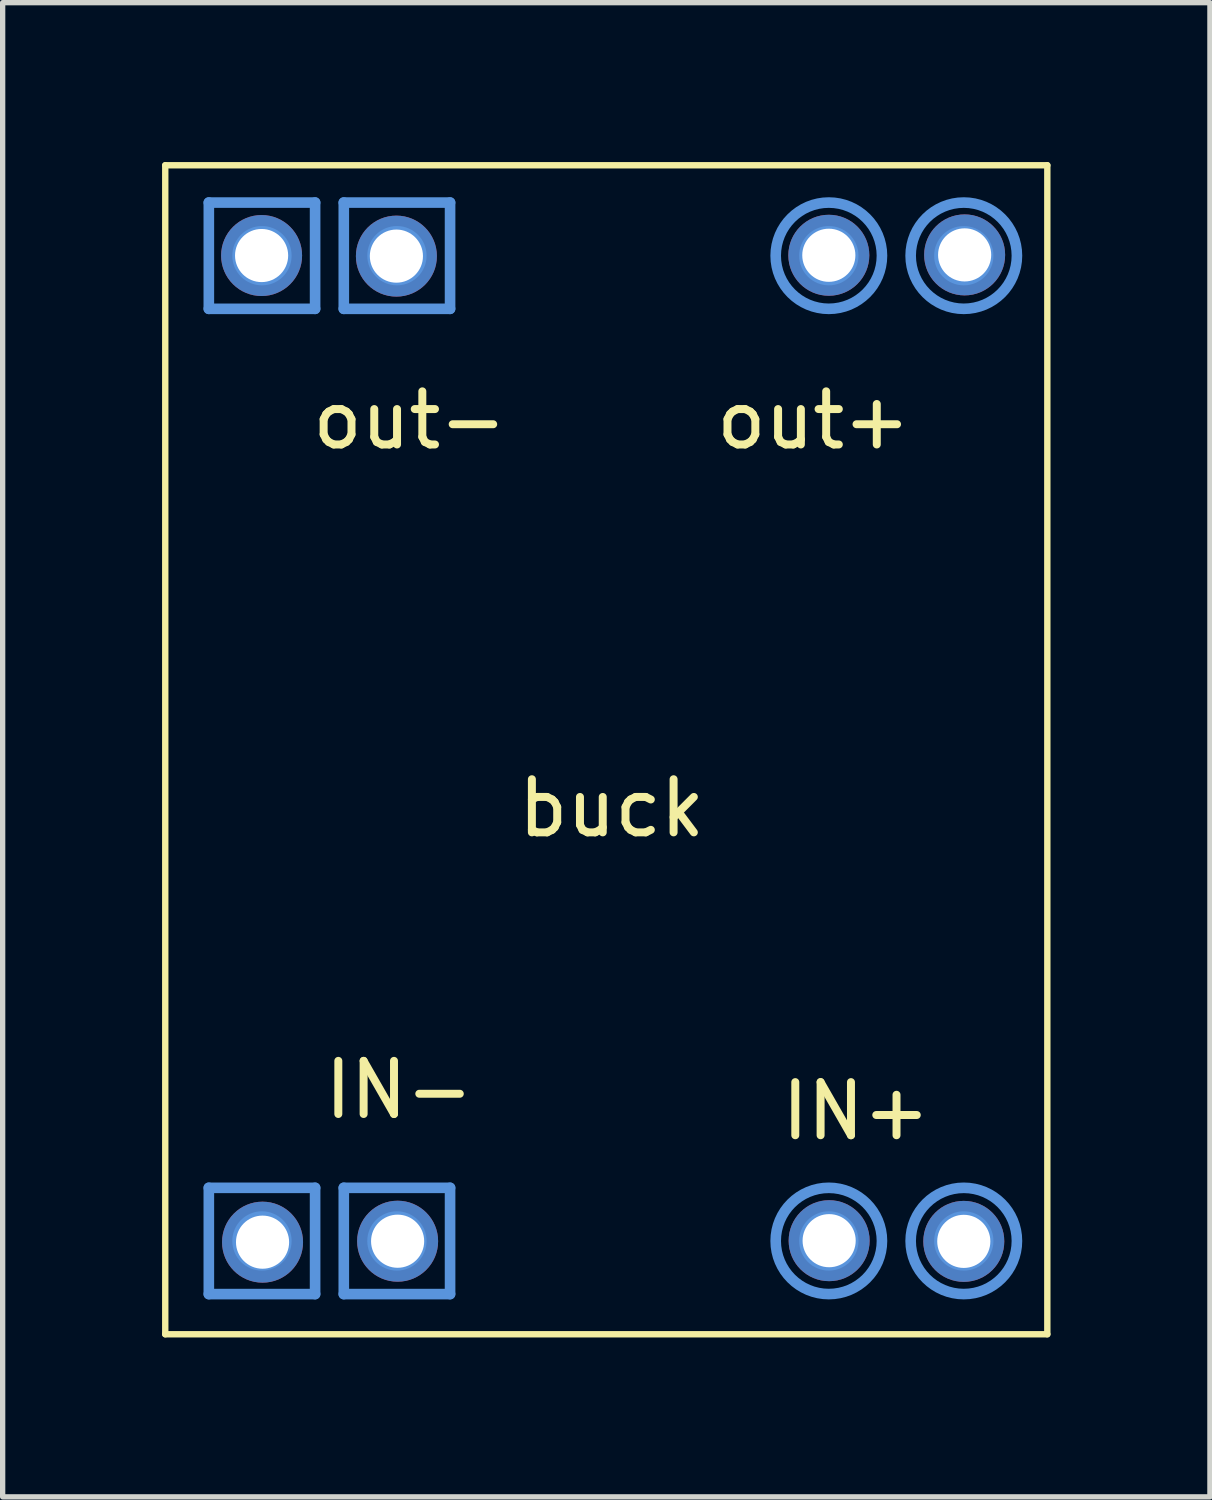
<source format=kicad_pcb>
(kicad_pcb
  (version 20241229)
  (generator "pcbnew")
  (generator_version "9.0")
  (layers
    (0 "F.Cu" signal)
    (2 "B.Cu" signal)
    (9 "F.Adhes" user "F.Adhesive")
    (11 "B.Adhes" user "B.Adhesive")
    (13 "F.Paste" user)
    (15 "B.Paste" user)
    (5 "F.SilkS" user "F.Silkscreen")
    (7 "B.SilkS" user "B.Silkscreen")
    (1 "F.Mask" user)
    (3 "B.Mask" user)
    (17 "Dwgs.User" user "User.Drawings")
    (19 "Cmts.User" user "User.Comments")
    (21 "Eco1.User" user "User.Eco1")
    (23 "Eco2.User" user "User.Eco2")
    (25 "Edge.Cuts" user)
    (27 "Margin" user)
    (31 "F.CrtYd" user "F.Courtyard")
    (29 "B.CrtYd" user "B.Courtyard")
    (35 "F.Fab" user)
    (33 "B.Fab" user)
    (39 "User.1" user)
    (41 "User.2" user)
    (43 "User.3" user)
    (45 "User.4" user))
  (footprint "buck"
    (layer "F.Cu")
    (at 9.06 12.46)
    (property "Reference" "buck" (at -0.6 -0.3 0) (layer "F.SilkS") (effects (font (size 1 1) (thickness 0.15))))
    (attr through_hole)
    (fp_line (start -9 -12.4) (end -9 9.6) (stroke (width 0.12) (type solid)) (layer "F.SilkS"))
    (fp_line (start -9 9.6) (end 7.6 9.6) (stroke (width 0.12) (type solid)) (layer "F.SilkS"))
    (fp_line (start 7.6 -12.4) (end -9 -12.4) (stroke (width 0.12) (type solid)) (layer "F.SilkS"))
    (fp_line (start 7.6 9.6) (end 7.6 -12.4) (stroke (width 0.12) (type solid)) (layer "F.SilkS"))
    (fp_line (start -8.18 -11.698) (end -6.18 -11.698) (stroke (width 0.2) (type solid)) (layer "Cmts.User"))
    (fp_line (start -8.18 -9.698) (end -8.18 -11.698) (stroke (width 0.2) (type solid)) (layer "Cmts.User"))
    (fp_line (start -8.18 6.844) (end -6.18 6.844) (stroke (width 0.2) (type solid)) (layer "Cmts.User"))
    (fp_line (start -8.18 8.844) (end -8.18 6.844) (stroke (width 0.2) (type solid)) (layer "Cmts.User"))
    (fp_line (start -6.18 -11.698) (end -6.18 -9.698) (stroke (width 0.2) (type solid)) (layer "Cmts.User"))
    (fp_line (start -6.18 -9.698) (end -8.18 -9.698) (stroke (width 0.2) (type solid)) (layer "Cmts.User"))
    (fp_line (start -6.18 6.844) (end -6.18 8.844) (stroke (width 0.2) (type solid)) (layer "Cmts.User"))
    (fp_line (start -6.18 8.844) (end -8.18 8.844) (stroke (width 0.2) (type solid)) (layer "Cmts.User"))
    (fp_line (start -5.64 -11.698) (end -3.64 -11.698) (stroke (width 0.2) (type solid)) (layer "Cmts.User"))
    (fp_line (start -5.64 -9.698) (end -5.64 -11.698) (stroke (width 0.2) (type solid)) (layer "Cmts.User"))
    (fp_line (start -5.64 6.844) (end -3.64 6.844) (stroke (width 0.2) (type solid)) (layer "Cmts.User"))
    (fp_line (start -5.64 8.844) (end -5.64 6.844) (stroke (width 0.2) (type solid)) (layer "Cmts.User"))
    (fp_line (start -3.64 -11.698) (end -3.64 -9.698) (stroke (width 0.2) (type solid)) (layer "Cmts.User"))
    (fp_line (start -3.64 -9.698) (end -5.64 -9.698) (stroke (width 0.2) (type solid)) (layer "Cmts.User"))
    (fp_line (start -3.64 6.844) (end -3.64 8.844) (stroke (width 0.2) (type solid)) (layer "Cmts.User"))
    (fp_line (start -3.64 8.844) (end -5.64 8.844) (stroke (width 0.2) (type solid)) (layer "Cmts.User"))
    (fp_circle (center -7.18 -10.698) (end -6.722 -10.698) (stroke (width 0.2) (type solid)) (fill no) (layer "Cmts.User"))
    (fp_circle (center -7.18 7.844) (end -6.722 7.844) (stroke (width 0.2) (type solid)) (fill no) (layer "Cmts.User"))
    (fp_circle (center -4.64 -10.698) (end -4.182 -10.698) (stroke (width 0.2) (type solid)) (fill no) (layer "Cmts.User"))
    (fp_circle (center -4.64 7.844) (end -4.182 7.844) (stroke (width 0.2) (type solid)) (fill no) (layer "Cmts.User"))
    (fp_circle (center 3.488 -10.698) (end 3.946 -10.698) (stroke (width 0.2) (type solid)) (fill no) (layer "Cmts.User"))
    (fp_circle (center 3.488 7.844) (end 3.946 7.844) (stroke (width 0.2) (type solid)) (fill no) (layer "Cmts.User"))
    (fp_circle (center 3.488 -10.698) (end 4.488 -10.698) (stroke (width 0.2) (type solid)) (fill no) (layer "Cmts.User"))
    (fp_circle (center 3.488 7.844) (end 4.488 7.844) (stroke (width 0.2) (type solid)) (fill no) (layer "Cmts.User"))
    (fp_circle (center 6.028 -10.698) (end 6.486 -10.698) (stroke (width 0.2) (type solid)) (fill no) (layer "Cmts.User"))
    (fp_circle (center 6.028 7.844) (end 6.486 7.844) (stroke (width 0.2) (type solid)) (fill no) (layer "Cmts.User"))
    (fp_circle (center 6.028 -10.698) (end 7.028 -10.698) (stroke (width 0.2) (type solid)) (fill no) (layer "Cmts.User"))
    (fp_circle (center 6.028 7.844) (end 7.028 7.844) (stroke (width 0.2) (type solid)) (fill no) (layer "Cmts.User"))
    (fp_text user "IN+" (at 4 5.4 0) (layer "F.SilkS") (effects (font (size 1 1) (thickness 0.15))))
    (fp_text user "IN-" (at -4.6 5 0) (layer "F.SilkS") (effects (font (size 1 1) (thickness 0.15))))
    (fp_text user "out+" (at 3.2 -7.6 0) (layer "F.SilkS") (effects (font (size 1 1) (thickness 0.15))))
    (fp_text user "out-" (at -4.4 -7.6 0) (layer "F.SilkS") (effects (font (size 1 1) (thickness 0.15))))
    (pad "IN1" thru_hole circle (at -7.169 7.867) (size 1.524 1.524) (drill 1) (layers "*.Cu" "*.Mask"))
    (pad "IN1+" thru_hole circle (at 3.494 7.839) (size 1.524 1.524) (drill 1) (layers "*.Cu" "*.Mask"))
    (pad "IN2" thru_hole circle (at -4.627 7.849) (size 1.524 1.524) (drill 1) (layers "*.Cu" "*.Mask"))
    (pad "IN2+" thru_hole circle (at 6.028 7.852) (size 1.524 1.524) (drill 1) (layers "*.Cu" "*.Mask"))
    (pad "OUT1" thru_hole circle (at -7.187 -10.701) (size 1.524 1.524) (drill 1) (layers "*.Cu" "*.Mask"))
    (pad "OUT1+" thru_hole circle (at 3.488 -10.706) (size 1.524 1.524) (drill 1) (layers "*.Cu" "*.Mask"))
    (pad "OUT2" thru_hole circle (at -4.65 -10.69) (size 1.524 1.524) (drill 1) (layers "*.Cu" "*.Mask"))
    (pad "OUT2+" thru_hole circle (at 6.044 -10.713) (size 1.524 1.524) (drill 1) (layers "*.Cu" "*.Mask")))
  (gr_rect
    (start -3 -3)
    (end 19.72 25.12)
    (stroke (width 0.1) (type default))
    (fill no)
    (layer "Edge.Cuts")))
</source>
